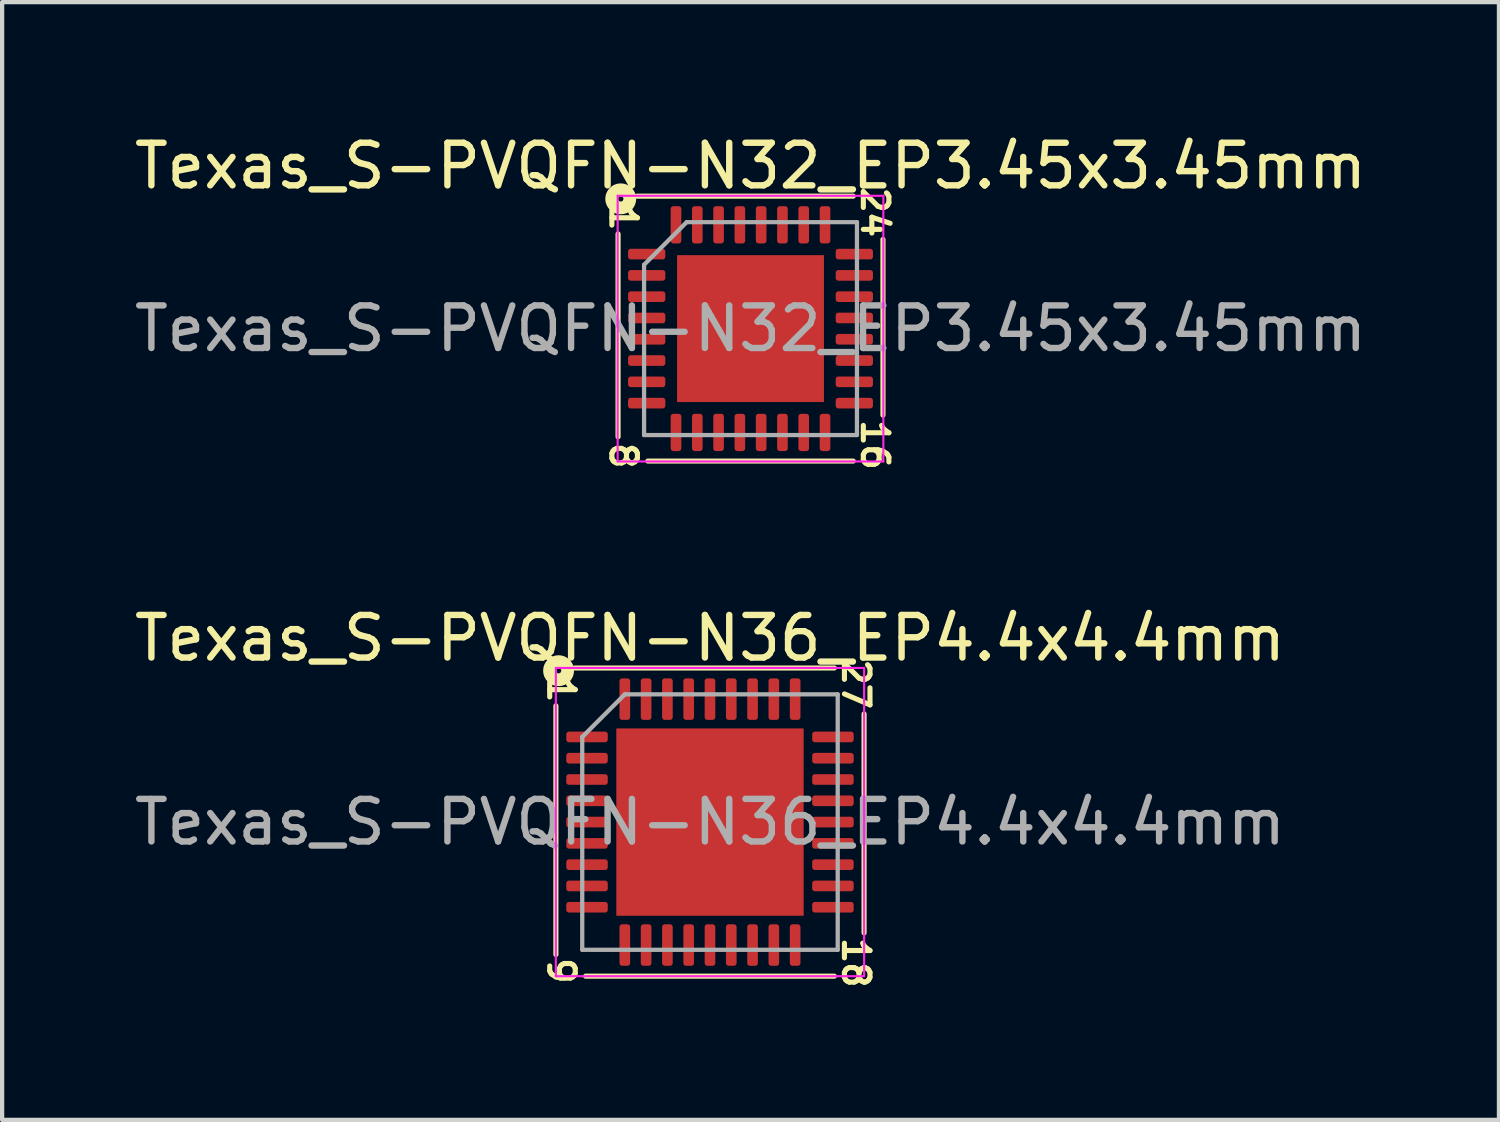
<source format=kicad_pcb>
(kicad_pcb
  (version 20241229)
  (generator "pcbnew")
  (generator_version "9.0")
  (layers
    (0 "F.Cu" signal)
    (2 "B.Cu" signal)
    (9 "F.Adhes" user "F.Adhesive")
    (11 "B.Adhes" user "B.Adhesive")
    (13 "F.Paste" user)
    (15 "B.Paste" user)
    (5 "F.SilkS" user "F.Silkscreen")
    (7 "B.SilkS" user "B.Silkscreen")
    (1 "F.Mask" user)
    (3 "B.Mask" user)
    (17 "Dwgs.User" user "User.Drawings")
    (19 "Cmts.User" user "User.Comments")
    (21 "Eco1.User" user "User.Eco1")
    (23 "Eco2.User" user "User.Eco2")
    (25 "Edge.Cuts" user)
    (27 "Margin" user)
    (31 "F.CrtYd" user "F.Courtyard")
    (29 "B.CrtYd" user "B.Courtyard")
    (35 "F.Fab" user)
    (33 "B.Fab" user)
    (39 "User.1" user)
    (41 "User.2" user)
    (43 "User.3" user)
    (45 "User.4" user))
  (footprint "Texas_S-PVQFN-N36_EP4.4x4.4mm"
    (layer "F.Cu")
    (at 13.625 16.258)
    (property "Reference" "Texas_S-PVQFN-N36_EP4.4x4.4mm" (at 0 -4.32 0) (layer "F.SilkS") (effects (font (size 1 1) (thickness 0.15))))
    (attr smd)
    (fp_line (start -3.619 -2.731) (end -3.619 3.111) (stroke (width 0.12) (type solid)) (layer "F.SilkS"))
    (fp_line (start -2.921 3.619) (end 2.921 3.619) (stroke (width 0.12) (type solid)) (layer "F.SilkS"))
    (fp_line (start 2.921 -3.619) (end -3.175 -3.619) (stroke (width 0.12) (type solid)) (layer "F.SilkS"))
    (fp_line (start 3.619 2.603) (end 3.619 -2.54) (stroke (width 0.12) (type solid)) (layer "F.SilkS"))
    (fp_circle (center -3.556 -3.556) (end -3.493 -3.556) (stroke (width 0.3) (type solid)) (fill no) (layer "F.SilkS"))
    (fp_line (start -3.62 -3.62) (end -3.62 3.62) (stroke (width 0.05) (type solid)) (layer "F.CrtYd"))
    (fp_line (start -3.62 3.62) (end 3.62 3.62) (stroke (width 0.05) (type solid)) (layer "F.CrtYd"))
    (fp_line (start 3.62 -3.62) (end -3.62 -3.62) (stroke (width 0.05) (type solid)) (layer "F.CrtYd"))
    (fp_line (start 3.62 3.62) (end 3.62 -3.62) (stroke (width 0.05) (type solid)) (layer "F.CrtYd"))
    (fp_line (start -3 -2) (end -2 -3) (stroke (width 0.1) (type solid)) (layer "F.Fab"))
    (fp_line (start -3 3) (end -3 -2) (stroke (width 0.1) (type solid)) (layer "F.Fab"))
    (fp_line (start -2 -3) (end 3 -3) (stroke (width 0.1) (type solid)) (layer "F.Fab"))
    (fp_line (start 3 -3) (end 3 3) (stroke (width 0.1) (type solid)) (layer "F.Fab"))
    (fp_line (start 3 3) (end -3 3) (stroke (width 0.1) (type solid)) (layer "F.Fab"))
    (fp_text user "9" (at -3.493 3.493 270) (unlocked yes) (layer "F.SilkS") (effects (font (size 0.6 0.6) (thickness 0.12))))
    (fp_text user "1" (at -3.493 -3.111 270) (unlocked yes) (layer "F.SilkS") (effects (font (size 0.6 0.6) (thickness 0.12))))
    (fp_text user "18" (at 3.429 3.302 270) (unlocked yes) (layer "F.SilkS") (effects (font (size 0.6 0.6) (thickness 0.12))))
    (fp_text user "27" (at 3.429 -3.239 270) (unlocked yes) (layer "F.SilkS") (effects (font (size 0.6 0.6) (thickness 0.12))))
    (fp_text user "${REFERENCE}" (at 0 0 0) (layer "F.Fab") (effects (font (size 1 1) (thickness 0.15))))
    (pad "" smd roundrect (at -1.47 -1.47) (size 1.18 1.18) (layers "F.Paste") (roundrect_rratio 0.212))
    (pad "" smd roundrect (at -1.47 0) (size 1.18 1.18) (layers "F.Paste") (roundrect_rratio 0.212))
    (pad "" smd roundrect (at -1.47 1.47) (size 1.18 1.18) (layers "F.Paste") (roundrect_rratio 0.212))
    (pad "" smd roundrect (at 0 -1.47) (size 1.18 1.18) (layers "F.Paste") (roundrect_rratio 0.212))
    (pad "" smd roundrect (at 0 0) (size 1.18 1.18) (layers "F.Paste") (roundrect_rratio 0.212))
    (pad "" smd roundrect (at 0 1.47) (size 1.18 1.18) (layers "F.Paste") (roundrect_rratio 0.212))
    (pad "" smd roundrect (at 1.47 -1.47) (size 1.18 1.18) (layers "F.Paste") (roundrect_rratio 0.212))
    (pad "" smd roundrect (at 1.47 0) (size 1.18 1.18) (layers "F.Paste") (roundrect_rratio 0.212))
    (pad "" smd roundrect (at 1.47 1.47) (size 1.18 1.18) (layers "F.Paste") (roundrect_rratio 0.212))
    (pad "1" smd roundrect (at -2.888 -2) (size 0.975 0.25) (layers "F.Cu" "F.Mask" "F.Paste") (roundrect_rratio 0.25))
    (pad "2" smd roundrect (at -2.888 -1.5) (size 0.975 0.25) (layers "F.Cu" "F.Mask" "F.Paste") (roundrect_rratio 0.25))
    (pad "3" smd roundrect (at -2.888 -1) (size 0.975 0.25) (layers "F.Cu" "F.Mask" "F.Paste") (roundrect_rratio 0.25))
    (pad "4" smd roundrect (at -2.888 -0.5) (size 0.975 0.25) (layers "F.Cu" "F.Mask" "F.Paste") (roundrect_rratio 0.25))
    (pad "5" smd roundrect (at -2.888 0) (size 0.975 0.25) (layers "F.Cu" "F.Mask" "F.Paste") (roundrect_rratio 0.25))
    (pad "6" smd roundrect (at -2.888 0.5) (size 0.975 0.25) (layers "F.Cu" "F.Mask" "F.Paste") (roundrect_rratio 0.25))
    (pad "7" smd roundrect (at -2.888 1) (size 0.975 0.25) (layers "F.Cu" "F.Mask" "F.Paste") (roundrect_rratio 0.25))
    (pad "8" smd roundrect (at -2.888 1.5) (size 0.975 0.25) (layers "F.Cu" "F.Mask" "F.Paste") (roundrect_rratio 0.25))
    (pad "9" smd roundrect (at -2.888 2) (size 0.975 0.25) (layers "F.Cu" "F.Mask" "F.Paste") (roundrect_rratio 0.25))
    (pad "10" smd roundrect (at -2 2.888) (size 0.25 0.975) (layers "F.Cu" "F.Mask" "F.Paste") (roundrect_rratio 0.25))
    (pad "11" smd roundrect (at -1.5 2.888) (size 0.25 0.975) (layers "F.Cu" "F.Mask" "F.Paste") (roundrect_rratio 0.25))
    (pad "12" smd roundrect (at -1 2.888) (size 0.25 0.975) (layers "F.Cu" "F.Mask" "F.Paste") (roundrect_rratio 0.25))
    (pad "13" smd roundrect (at -0.5 2.888) (size 0.25 0.975) (layers "F.Cu" "F.Mask" "F.Paste") (roundrect_rratio 0.25))
    (pad "14" smd roundrect (at 0 2.888) (size 0.25 0.975) (layers "F.Cu" "F.Mask" "F.Paste") (roundrect_rratio 0.25))
    (pad "15" smd roundrect (at 0.5 2.888) (size 0.25 0.975) (layers "F.Cu" "F.Mask" "F.Paste") (roundrect_rratio 0.25))
    (pad "16" smd roundrect (at 1 2.888) (size 0.25 0.975) (layers "F.Cu" "F.Mask" "F.Paste") (roundrect_rratio 0.25))
    (pad "17" smd roundrect (at 1.5 2.888) (size 0.25 0.975) (layers "F.Cu" "F.Mask" "F.Paste") (roundrect_rratio 0.25))
    (pad "18" smd roundrect (at 2 2.888) (size 0.25 0.975) (layers "F.Cu" "F.Mask" "F.Paste") (roundrect_rratio 0.25))
    (pad "19" smd roundrect (at 2.888 2) (size 0.975 0.25) (layers "F.Cu" "F.Mask" "F.Paste") (roundrect_rratio 0.25))
    (pad "20" smd roundrect (at 2.888 1.5) (size 0.975 0.25) (layers "F.Cu" "F.Mask" "F.Paste") (roundrect_rratio 0.25))
    (pad "21" smd roundrect (at 2.888 1) (size 0.975 0.25) (layers "F.Cu" "F.Mask" "F.Paste") (roundrect_rratio 0.25))
    (pad "22" smd roundrect (at 2.888 0.5) (size 0.975 0.25) (layers "F.Cu" "F.Mask" "F.Paste") (roundrect_rratio 0.25))
    (pad "23" smd roundrect (at 2.888 0) (size 0.975 0.25) (layers "F.Cu" "F.Mask" "F.Paste") (roundrect_rratio 0.25))
    (pad "24" smd roundrect (at 2.888 -0.5) (size 0.975 0.25) (layers "F.Cu" "F.Mask" "F.Paste") (roundrect_rratio 0.25))
    (pad "25" smd roundrect (at 2.888 -1) (size 0.975 0.25) (layers "F.Cu" "F.Mask" "F.Paste") (roundrect_rratio 0.25))
    (pad "26" smd roundrect (at 2.888 -1.5) (size 0.975 0.25) (layers "F.Cu" "F.Mask" "F.Paste") (roundrect_rratio 0.25))
    (pad "27" smd roundrect (at 2.888 -2) (size 0.975 0.25) (layers "F.Cu" "F.Mask" "F.Paste") (roundrect_rratio 0.25))
    (pad "28" smd roundrect (at 2 -2.888) (size 0.25 0.975) (layers "F.Cu" "F.Mask" "F.Paste") (roundrect_rratio 0.25))
    (pad "29" smd roundrect (at 1.5 -2.888) (size 0.25 0.975) (layers "F.Cu" "F.Mask" "F.Paste") (roundrect_rratio 0.25))
    (pad "30" smd roundrect (at 1 -2.888) (size 0.25 0.975) (layers "F.Cu" "F.Mask" "F.Paste") (roundrect_rratio 0.25))
    (pad "31" smd roundrect (at 0.5 -2.888) (size 0.25 0.975) (layers "F.Cu" "F.Mask" "F.Paste") (roundrect_rratio 0.25))
    (pad "32" smd roundrect (at 0 -2.888) (size 0.25 0.975) (layers "F.Cu" "F.Mask" "F.Paste") (roundrect_rratio 0.25))
    (pad "33" smd roundrect (at -0.5 -2.888) (size 0.25 0.975) (layers "F.Cu" "F.Mask" "F.Paste") (roundrect_rratio 0.25))
    (pad "34" smd roundrect (at -1 -2.888) (size 0.25 0.975) (layers "F.Cu" "F.Mask" "F.Paste") (roundrect_rratio 0.25))
    (pad "35" smd roundrect (at -1.5 -2.888) (size 0.25 0.975) (layers "F.Cu" "F.Mask" "F.Paste") (roundrect_rratio 0.25))
    (pad "36" smd roundrect (at -2 -2.888) (size 0.25 0.975) (layers "F.Cu" "F.Mask" "F.Paste") (roundrect_rratio 0.25))
    (pad "37" smd rect (at 0 0) (size 4.4 4.4) (layers "F.Cu" "F.Mask")))
  (footprint "Texas_S-PVQFN-N32_EP3.45x3.45mm"
    (layer "F.Cu")
    (at 14.577 4.668)
    (property "Reference" "Texas_S-PVQFN-N32_EP3.45x3.45mm" (at 0 -3.82 0) (layer "F.SilkS") (effects (font (size 1 1) (thickness 0.15))))
    (attr smd)
    (fp_line (start -3.111 -2.223) (end -3.111 2.54) (stroke (width 0.12) (type solid)) (layer "F.SilkS"))
    (fp_line (start -2.413 3.111) (end 2.413 3.111) (stroke (width 0.12) (type solid)) (layer "F.SilkS"))
    (fp_line (start 2.413 -3.111) (end -2.667 -3.111) (stroke (width 0.12) (type solid)) (layer "F.SilkS"))
    (fp_line (start 3.111 2.032) (end 3.111 -2.095) (stroke (width 0.12) (type solid)) (layer "F.SilkS"))
    (fp_circle (center -3.048 -3.048) (end -2.985 -3.048) (stroke (width 0.3) (type solid)) (fill no) (layer "F.SilkS"))
    (fp_line (start -3.12 -3.12) (end -3.12 3.12) (stroke (width 0.05) (type solid)) (layer "F.CrtYd"))
    (fp_line (start -3.12 3.12) (end 3.12 3.12) (stroke (width 0.05) (type solid)) (layer "F.CrtYd"))
    (fp_line (start 3.12 -3.12) (end -3.12 -3.12) (stroke (width 0.05) (type solid)) (layer "F.CrtYd"))
    (fp_line (start 3.12 3.12) (end 3.12 -3.12) (stroke (width 0.05) (type solid)) (layer "F.CrtYd"))
    (fp_line (start -2.5 -1.5) (end -1.5 -2.5) (stroke (width 0.1) (type solid)) (layer "F.Fab"))
    (fp_line (start -2.5 2.5) (end -2.5 -1.5) (stroke (width 0.1) (type solid)) (layer "F.Fab"))
    (fp_line (start -1.5 -2.5) (end 2.5 -2.5) (stroke (width 0.1) (type solid)) (layer "F.Fab"))
    (fp_line (start 2.5 -2.5) (end 2.5 2.5) (stroke (width 0.1) (type solid)) (layer "F.Fab"))
    (fp_line (start 2.5 2.5) (end -2.5 2.5) (stroke (width 0.1) (type solid)) (layer "F.Fab"))
    (fp_text user "16" (at 2.921 2.731 270) (unlocked yes) (layer "F.SilkS") (effects (font (size 0.6 0.6) (thickness 0.12))))
    (fp_text user "24" (at 2.921 -2.731 270) (unlocked yes) (layer "F.SilkS") (effects (font (size 0.6 0.6) (thickness 0.12))))
    (fp_text user "8" (at -2.985 2.985 270) (unlocked yes) (layer "F.SilkS") (effects (font (size 0.6 0.6) (thickness 0.12))))
    (fp_text user "1" (at -2.985 -2.603 270) (unlocked yes) (layer "F.SilkS") (effects (font (size 0.6 0.6) (thickness 0.12))))
    (fp_text user "${REFERENCE}" (at 0 0 0) (layer "F.Fab") (effects (font (size 1 1) (thickness 0.15))))
    (pad "" smd roundrect (at -1.15 -1.15) (size 0.93 0.93) (layers "F.Paste") (roundrect_rratio 0.25))
    (pad "" smd roundrect (at -1.15 0) (size 0.93 0.93) (layers "F.Paste") (roundrect_rratio 0.25))
    (pad "" smd roundrect (at -1.15 1.15) (size 0.93 0.93) (layers "F.Paste") (roundrect_rratio 0.25))
    (pad "" smd roundrect (at 0 -1.15) (size 0.93 0.93) (layers "F.Paste") (roundrect_rratio 0.25))
    (pad "" smd roundrect (at 0 0) (size 0.93 0.93) (layers "F.Paste") (roundrect_rratio 0.25))
    (pad "" smd roundrect (at 0 1.15) (size 0.93 0.93) (layers "F.Paste") (roundrect_rratio 0.25))
    (pad "" smd roundrect (at 1.15 -1.15) (size 0.93 0.93) (layers "F.Paste") (roundrect_rratio 0.25))
    (pad "" smd roundrect (at 1.15 0) (size 0.93 0.93) (layers "F.Paste") (roundrect_rratio 0.25))
    (pad "" smd roundrect (at 1.15 1.15) (size 0.93 0.93) (layers "F.Paste") (roundrect_rratio 0.25))
    (pad "1" smd roundrect (at -2.438 -1.75) (size 0.875 0.25) (layers "F.Cu" "F.Mask" "F.Paste") (roundrect_rratio 0.25))
    (pad "2" smd roundrect (at -2.438 -1.25) (size 0.875 0.25) (layers "F.Cu" "F.Mask" "F.Paste") (roundrect_rratio 0.25))
    (pad "3" smd roundrect (at -2.438 -0.75) (size 0.875 0.25) (layers "F.Cu" "F.Mask" "F.Paste") (roundrect_rratio 0.25))
    (pad "4" smd roundrect (at -2.438 -0.25) (size 0.875 0.25) (layers "F.Cu" "F.Mask" "F.Paste") (roundrect_rratio 0.25))
    (pad "5" smd roundrect (at -2.438 0.25) (size 0.875 0.25) (layers "F.Cu" "F.Mask" "F.Paste") (roundrect_rratio 0.25))
    (pad "6" smd roundrect (at -2.438 0.75) (size 0.875 0.25) (layers "F.Cu" "F.Mask" "F.Paste") (roundrect_rratio 0.25))
    (pad "7" smd roundrect (at -2.438 1.25) (size 0.875 0.25) (layers "F.Cu" "F.Mask" "F.Paste") (roundrect_rratio 0.25))
    (pad "8" smd roundrect (at -2.438 1.75) (size 0.875 0.25) (layers "F.Cu" "F.Mask" "F.Paste") (roundrect_rratio 0.25))
    (pad "9" smd roundrect (at -1.75 2.438) (size 0.25 0.875) (layers "F.Cu" "F.Mask" "F.Paste") (roundrect_rratio 0.25))
    (pad "10" smd roundrect (at -1.25 2.438) (size 0.25 0.875) (layers "F.Cu" "F.Mask" "F.Paste") (roundrect_rratio 0.25))
    (pad "11" smd roundrect (at -0.75 2.438) (size 0.25 0.875) (layers "F.Cu" "F.Mask" "F.Paste") (roundrect_rratio 0.25))
    (pad "12" smd roundrect (at -0.25 2.438) (size 0.25 0.875) (layers "F.Cu" "F.Mask" "F.Paste") (roundrect_rratio 0.25))
    (pad "13" smd roundrect (at 0.25 2.438) (size 0.25 0.875) (layers "F.Cu" "F.Mask" "F.Paste") (roundrect_rratio 0.25))
    (pad "14" smd roundrect (at 0.75 2.438) (size 0.25 0.875) (layers "F.Cu" "F.Mask" "F.Paste") (roundrect_rratio 0.25))
    (pad "15" smd roundrect (at 1.25 2.438) (size 0.25 0.875) (layers "F.Cu" "F.Mask" "F.Paste") (roundrect_rratio 0.25))
    (pad "16" smd roundrect (at 1.75 2.438) (size 0.25 0.875) (layers "F.Cu" "F.Mask" "F.Paste") (roundrect_rratio 0.25))
    (pad "17" smd roundrect (at 2.438 1.75) (size 0.875 0.25) (layers "F.Cu" "F.Mask" "F.Paste") (roundrect_rratio 0.25))
    (pad "18" smd roundrect (at 2.438 1.25) (size 0.875 0.25) (layers "F.Cu" "F.Mask" "F.Paste") (roundrect_rratio 0.25))
    (pad "19" smd roundrect (at 2.438 0.75) (size 0.875 0.25) (layers "F.Cu" "F.Mask" "F.Paste") (roundrect_rratio 0.25))
    (pad "20" smd roundrect (at 2.438 0.25) (size 0.875 0.25) (layers "F.Cu" "F.Mask" "F.Paste") (roundrect_rratio 0.25))
    (pad "21" smd roundrect (at 2.438 -0.25) (size 0.875 0.25) (layers "F.Cu" "F.Mask" "F.Paste") (roundrect_rratio 0.25))
    (pad "22" smd roundrect (at 2.438 -0.75) (size 0.875 0.25) (layers "F.Cu" "F.Mask" "F.Paste") (roundrect_rratio 0.25))
    (pad "23" smd roundrect (at 2.438 -1.25) (size 0.875 0.25) (layers "F.Cu" "F.Mask" "F.Paste") (roundrect_rratio 0.25))
    (pad "24" smd roundrect (at 2.438 -1.75) (size 0.875 0.25) (layers "F.Cu" "F.Mask" "F.Paste") (roundrect_rratio 0.25))
    (pad "25" smd roundrect (at 1.75 -2.438) (size 0.25 0.875) (layers "F.Cu" "F.Mask" "F.Paste") (roundrect_rratio 0.25))
    (pad "26" smd roundrect (at 1.25 -2.438) (size 0.25 0.875) (layers "F.Cu" "F.Mask" "F.Paste") (roundrect_rratio 0.25))
    (pad "27" smd roundrect (at 0.75 -2.438) (size 0.25 0.875) (layers "F.Cu" "F.Mask" "F.Paste") (roundrect_rratio 0.25))
    (pad "28" smd roundrect (at 0.25 -2.438) (size 0.25 0.875) (layers "F.Cu" "F.Mask" "F.Paste") (roundrect_rratio 0.25))
    (pad "29" smd roundrect (at -0.25 -2.438) (size 0.25 0.875) (layers "F.Cu" "F.Mask" "F.Paste") (roundrect_rratio 0.25))
    (pad "30" smd roundrect (at -0.75 -2.438) (size 0.25 0.875) (layers "F.Cu" "F.Mask" "F.Paste") (roundrect_rratio 0.25))
    (pad "31" smd roundrect (at -1.25 -2.438) (size 0.25 0.875) (layers "F.Cu" "F.Mask" "F.Paste") (roundrect_rratio 0.25))
    (pad "32" smd roundrect (at -1.75 -2.438) (size 0.25 0.875) (layers "F.Cu" "F.Mask" "F.Paste") (roundrect_rratio 0.25))
    (pad "33" smd rect (at 0 0) (size 3.45 3.45) (layers "F.Cu" "F.Mask")))
  (gr_rect
    (start -3 -3)
    (end 32.155 23.252)
    (stroke (width 0.1) (type default))
    (fill no)
    (layer "Edge.Cuts")))
</source>
